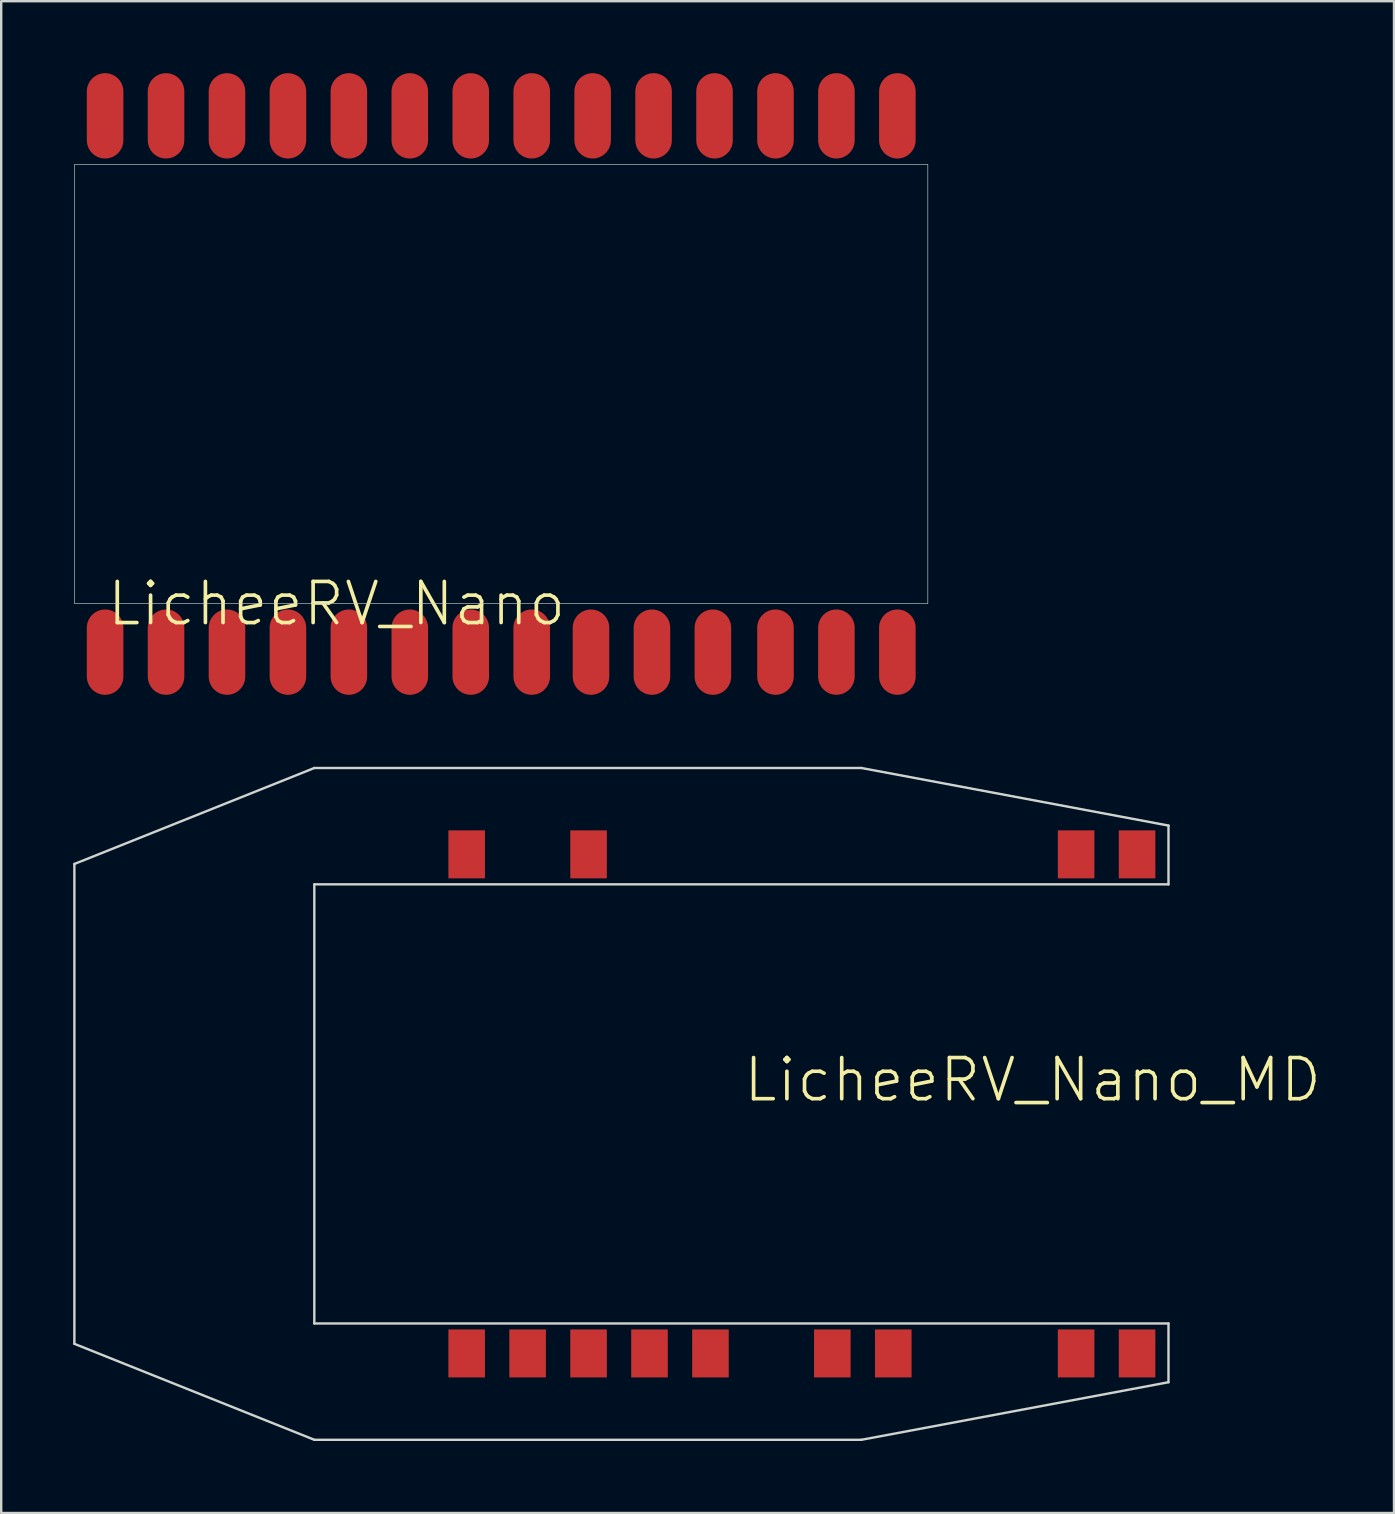
<source format=kicad_pcb>
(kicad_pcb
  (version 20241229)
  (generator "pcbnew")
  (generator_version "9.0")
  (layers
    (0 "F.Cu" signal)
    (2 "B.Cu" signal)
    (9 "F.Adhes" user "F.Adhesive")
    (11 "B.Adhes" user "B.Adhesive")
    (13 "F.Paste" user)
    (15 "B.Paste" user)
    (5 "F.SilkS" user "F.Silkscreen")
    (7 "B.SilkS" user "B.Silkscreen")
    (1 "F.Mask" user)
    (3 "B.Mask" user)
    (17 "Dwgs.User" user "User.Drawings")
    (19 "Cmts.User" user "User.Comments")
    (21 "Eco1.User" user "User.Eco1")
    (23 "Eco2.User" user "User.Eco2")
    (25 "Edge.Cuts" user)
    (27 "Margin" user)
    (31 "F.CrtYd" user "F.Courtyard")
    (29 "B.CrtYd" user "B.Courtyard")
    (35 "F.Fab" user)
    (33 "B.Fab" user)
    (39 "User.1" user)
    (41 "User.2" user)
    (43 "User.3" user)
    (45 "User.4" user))
  (footprint "LicheeRV_Nano"
    (layer "F.Cu")
    (at 1.33 23.114)
    (property "Reference" "LicheeRV_Nano" (at 0 0 0) (unlocked yes) (layer "F.SilkS") (effects (font (size 1.714 1.714) (thickness 0.152)) (justify left bottom)))
    (fp_line (start -1.27 -19.304) (end 34.29 -19.304) (stroke (width 0.025) (type solid)) (layer "Edge.Cuts"))
    (fp_line (start -1.27 -1.016) (end -1.27 -19.304) (stroke (width 0.025) (type solid)) (layer "Edge.Cuts"))
    (fp_line (start -1.27 -1.016) (end 34.29 -1.016) (stroke (width 0.025) (type solid)) (layer "Edge.Cuts"))
    (fp_line (start 34.29 -1.016) (end 34.29 -19.304) (stroke (width 0.025) (type solid)) (layer "Edge.Cuts"))
    (fp_line (start -0.916 -18.435) (end 14.898 -18.435) (stroke (width 0.15) (type solid)) (layer "User.6"))
    (fp_line (start -0.916 -1.885) (end -0.916 -18.435) (stroke (width 0.15) (type solid)) (layer "User.6"))
    (fp_line (start -0.916 -1.885) (end 14.898 -1.885) (stroke (width 0.15) (type solid)) (layer "User.6"))
    (fp_line (start 14.898 -1.885) (end 14.898 -18.435) (stroke (width 0.15) (type solid)) (layer "User.6"))
    (fp_line (start 18.982 -18.46) (end 21.807 -18.46) (stroke (width 0.15) (type solid)) (layer "User.6"))
    (fp_line (start 18.982 -1.86) (end 18.982 -18.46) (stroke (width 0.15) (type solid)) (layer "User.6"))
    (fp_line (start 18.982 -1.86) (end 21.807 -1.86) (stroke (width 0.15) (type solid)) (layer "User.6"))
    (fp_line (start 21.807 -1.86) (end 21.807 -18.46) (stroke (width 0.15) (type solid)) (layer "User.6"))
    (fp_line (start 27.661 -14.66) (end 35.28 -14.66) (stroke (width 0.2) (type solid)) (layer "User.6"))
    (fp_line (start 27.661 -5.677) (end 27.661 -14.66) (stroke (width 0.2) (type solid)) (layer "User.6"))
    (fp_line (start 27.661 -5.677) (end 35.28 -5.677) (stroke (width 0.2) (type solid)) (layer "User.6"))
    (fp_line (start 28.075 -18.41) (end 32.275 -18.41) (stroke (width 0.15) (type solid)) (layer "User.6"))
    (fp_line (start 28.075 -15.118) (end 28.075 -18.41) (stroke (width 0.15) (type solid)) (layer "User.6"))
    (fp_line (start 28.075 -15.118) (end 32.275 -15.118) (stroke (width 0.15) (type solid)) (layer "User.6"))
    (fp_line (start 28.075 -5.202) (end 32.275 -5.202) (stroke (width 0.15) (type solid)) (layer "User.6"))
    (fp_line (start 28.075 -1.91) (end 28.075 -5.202) (stroke (width 0.15) (type solid)) (layer "User.6"))
    (fp_line (start 28.075 -1.91) (end 32.275 -1.91) (stroke (width 0.15) (type solid)) (layer "User.6"))
    (fp_line (start 32.275 -15.118) (end 32.275 -18.41) (stroke (width 0.15) (type solid)) (layer "User.6"))
    (fp_line (start 32.275 -1.91) (end 32.275 -5.202) (stroke (width 0.15) (type solid)) (layer "User.6"))
    (fp_line (start 32.783 -18.41) (end 34.189 -18.41) (stroke (width 0.15) (type solid)) (layer "User.6"))
    (fp_line (start 32.783 -15.118) (end 32.783 -18.41) (stroke (width 0.15) (type solid)) (layer "User.6"))
    (fp_line (start 32.783 -15.118) (end 34.189 -15.118) (stroke (width 0.15) (type solid)) (layer "User.6"))
    (fp_line (start 32.783 -5.202) (end 34.189 -5.202) (stroke (width 0.15) (type solid)) (layer "User.6"))
    (fp_line (start 32.783 -1.91) (end 32.783 -5.202) (stroke (width 0.15) (type solid)) (layer "User.6"))
    (fp_line (start 32.783 -1.91) (end 34.189 -1.91) (stroke (width 0.15) (type solid)) (layer "User.6"))
    (fp_line (start 34.189 -15.118) (end 34.189 -18.41) (stroke (width 0.15) (type solid)) (layer "User.6"))
    (fp_line (start 34.189 -1.91) (end 34.189 -5.202) (stroke (width 0.12) (type solid)) (layer "User.6"))
    (fp_line (start 35.28 -5.677) (end 35.28 -14.66) (stroke (width 0.2) (type solid)) (layer "User.6"))
    (fp_line (start -1.27 0.635) (end -1.27 -20.955) (stroke (width 0.12) (type solid)) (layer "User.7"))
    (fp_line (start -0.635 -21.59) (end 33.655 -21.59) (stroke (width 0.12) (type solid)) (layer "User.7"))
    (fp_line (start 33.655 1.27) (end -0.635 1.27) (stroke (width 0.12) (type solid)) (layer "User.7"))
    (fp_line (start 34.29 -18.923) (end 34.29 -20.955) (stroke (width 0.12) (type solid)) (layer "User.7"))
    (fp_line (start 34.29 -18.923) (end 34.29 -1.397) (stroke (width 0.12) (type solid)) (layer "User.7"))
    (fp_line (start 34.29 0.635) (end 34.29 -1.397) (stroke (width 0.12) (type solid)) (layer "User.7"))
    (fp_arc (start -1.27 -20.955) (mid -1.084013 -21.404013) (end -0.635 -21.59) (stroke (width 0.12) (type solid)) (layer "User.7"))
    (fp_arc (start -0.635 1.27) (mid -1.084013 1.084013) (end -1.27 0.635) (stroke (width 0.12) (type solid)) (layer "User.7"))
    (fp_arc (start 33.655 -21.59) (mid 34.104013 -21.404013) (end 34.29 -20.955) (stroke (width 0.12) (type solid)) (layer "User.7"))
    (fp_arc (start 34.29 0.635) (mid 34.104013 1.084013) (end 33.655 1.27) (stroke (width 0.12) (type solid)) (layer "User.7"))
    (pad "1" smd oval (at 0 1.016) (size 1.524 3.556) (layers "F.Cu" "F.Mask" "F.Paste"))
    (pad "2" smd oval (at 2.54 1.016) (size 1.524 3.556) (layers "F.Cu" "F.Mask" "F.Paste"))
    (pad "3" smd oval (at 5.08 1.016) (size 1.524 3.556) (layers "F.Cu" "F.Mask" "F.Paste"))
    (pad "4" smd oval (at 7.62 1.016) (size 1.524 3.556) (layers "F.Cu" "F.Mask" "F.Paste"))
    (pad "5" smd oval (at 10.16 1.016) (size 1.524 3.556) (layers "F.Cu" "F.Mask" "F.Paste"))
    (pad "6" smd oval (at 12.7 1.016) (size 1.524 3.556) (layers "F.Cu" "F.Mask" "F.Paste"))
    (pad "7" smd oval (at 15.24 1.016) (size 1.524 3.556) (layers "F.Cu" "F.Mask" "F.Paste"))
    (pad "8" smd oval (at 17.78 1.016) (size 1.524 3.556) (layers "F.Cu" "F.Mask" "F.Paste"))
    (pad "9" smd oval (at 20.251 1.016) (size 1.524 3.556) (layers "F.Cu" "F.Mask" "F.Paste"))
    (pad "10" smd oval (at 22.791 1.016) (size 1.524 3.556) (layers "F.Cu" "F.Mask" "F.Paste"))
    (pad "11" smd oval (at 25.331 1.016) (size 1.524 3.556) (layers "F.Cu" "F.Mask" "F.Paste"))
    (pad "12" smd oval (at 27.94 1.016) (size 1.524 3.556) (layers "F.Cu" "F.Mask" "F.Paste"))
    (pad "13" smd oval (at 30.479 1.016) (size 1.524 3.556) (layers "F.Cu" "F.Mask" "F.Paste"))
    (pad "14" smd oval (at 33.02 1.016) (size 1.524 3.556) (layers "F.Cu" "F.Mask" "F.Paste"))
    (pad "15" smd oval (at 33.02 -21.336) (size 1.524 3.556) (layers "F.Cu" "F.Mask" "F.Paste"))
    (pad "16" smd oval (at 30.48 -21.336) (size 1.524 3.556) (layers "F.Cu" "F.Mask" "F.Paste"))
    (pad "17" smd oval (at 27.94 -21.336) (size 1.524 3.556) (layers "F.Cu" "F.Mask" "F.Paste"))
    (pad "18" smd oval (at 25.4 -21.336) (size 1.524 3.556) (layers "F.Cu" "F.Mask" "F.Paste"))
    (pad "19" smd oval (at 22.86 -21.336) (size 1.524 3.556) (layers "F.Cu" "F.Mask" "F.Paste"))
    (pad "20" smd oval (at 20.32 -21.336) (size 1.524 3.556) (layers "F.Cu" "F.Mask" "F.Paste"))
    (pad "21" smd oval (at 17.78 -21.336) (size 1.524 3.556) (layers "F.Cu" "F.Mask" "F.Paste"))
    (pad "22" smd oval (at 15.24 -21.336) (size 1.524 3.556) (layers "F.Cu" "F.Mask" "F.Paste"))
    (pad "23" smd oval (at 12.7 -21.336) (size 1.524 3.556) (layers "F.Cu" "F.Mask" "F.Paste"))
    (pad "24" smd oval (at 10.16 -21.336) (size 1.524 3.556) (layers "F.Cu" "F.Mask" "F.Paste"))
    (pad "25" smd oval (at 7.62 -21.336) (size 1.524 3.556) (layers "F.Cu" "F.Mask" "F.Paste"))
    (pad "26" smd oval (at 5.08 -21.336) (size 1.524 3.556) (layers "F.Cu" "F.Mask" "F.Paste"))
    (pad "27" smd oval (at 2.54 -21.336) (size 1.524 3.556) (layers "F.Cu" "F.Mask" "F.Paste"))
    (pad "28" smd oval (at 0 -21.336) (size 1.524 3.556) (layers "F.Cu" "F.Mask" "F.Paste")))
  (footprint "LicheeRV_Nano_MD"
    (layer "F.Cu")
    (at 27.85 42.958)
    (property "Reference" "LicheeRV_Nano_MD" (at 0 0 0) (unlocked yes) (layer "F.SilkS") (effects (font (size 1.714 1.714) (thickness 0.152)) (justify left bottom)))
    (fp_line (start -27.8 -10) (end -27.8 10) (stroke (width 0.1) (type solid)) (layer "Edge.Cuts"))
    (fp_line (start -17.8 -14) (end -27.8 -10) (stroke (width 0.1) (type default)) (layer "Edge.Cuts"))
    (fp_line (start -17.8 -9.15) (end -17.8 9.15) (stroke (width 0.1) (type default)) (layer "Edge.Cuts"))
    (fp_line (start -17.8 -9.15) (end 17.8 -9.15) (stroke (width 0.1) (type solid)) (layer "Edge.Cuts"))
    (fp_line (start -17.8 9.15) (end 17.8 9.15) (stroke (width 0.1) (type solid)) (layer "Edge.Cuts"))
    (fp_line (start -17.8 14) (end -27.8 10) (stroke (width 0.1) (type default)) (layer "Edge.Cuts"))
    (fp_line (start 5 -14) (end -17.8 -14) (stroke (width 0.1) (type solid)) (layer "Edge.Cuts"))
    (fp_line (start 5 -14) (end 17.8 -11.6) (stroke (width 0.1) (type default)) (layer "Edge.Cuts"))
    (fp_line (start 5 14) (end -17.8 14) (stroke (width 0.1) (type solid)) (layer "Edge.Cuts"))
    (fp_line (start 5 14) (end 17.8 11.6) (stroke (width 0.1) (type default)) (layer "Edge.Cuts"))
    (fp_line (start 17.8 -11.6) (end 17.8 -9.15) (stroke (width 0.1) (type default)) (layer "Edge.Cuts"))
    (fp_line (start 17.8 9.15) (end 17.8 11.6) (stroke (width 0.1) (type default)) (layer "Edge.Cuts"))
    (fp_line (start -17.8 11.15) (end -17.8 -11.15) (stroke (width 0.1) (type solid)) (layer "User.7"))
    (fp_line (start -17.5 -11.45) (end 17.5 -11.45) (stroke (width 0.1) (type default)) (layer "User.7"))
    (fp_line (start -17.5 11.45) (end 17.5 11.45) (stroke (width 0.1) (type default)) (layer "User.7"))
    (fp_arc (start -17.8 -11.15) (mid -17.712132 -11.362132) (end -17.5 -11.45) (stroke (width 0.1) (type default)) (layer "User.7"))
    (fp_arc (start -17.5 11.45) (mid -17.712132 11.362132) (end -17.8 11.15) (stroke (width 0.1) (type default)) (layer "User.7"))
    (pad "3" smd rect (at -11.45 10.4) (size 1.524 2) (layers "F.Cu" "F.Mask" "F.Paste"))
    (pad "4" smd rect (at -8.91 10.4) (size 1.524 2) (layers "F.Cu" "F.Mask" "F.Paste"))
    (pad "5" smd rect (at -6.37 10.4) (size 1.524 2) (layers "F.Cu" "F.Mask" "F.Paste"))
    (pad "6" smd rect (at -3.83 10.4) (size 1.524 2) (layers "F.Cu" "F.Mask" "F.Paste"))
    (pad "7" smd rect (at -1.29 10.4) (size 1.524 2) (layers "F.Cu" "F.Mask" "F.Paste"))
    (pad "9" smd rect (at 3.79 10.4) (size 1.524 2) (layers "F.Cu" "F.Mask" "F.Paste"))
    (pad "10" smd rect (at 6.33 10.4) (size 1.524 2) (layers "F.Cu" "F.Mask" "F.Paste"))
    (pad "13" smd rect (at 13.95 10.4) (size 1.524 2) (layers "F.Cu" "F.Mask" "F.Paste"))
    (pad "14" smd rect (at 16.49 10.4) (size 1.524 2) (layers "F.Cu" "F.Mask" "F.Paste"))
    (pad "15" smd rect (at 16.49 -10.4) (size 1.524 2) (layers "F.Cu" "F.Mask" "F.Paste"))
    (pad "16" smd rect (at 13.95 -10.4) (size 1.524 2) (layers "F.Cu" "F.Mask" "F.Paste"))
    (pad "24" smd rect (at -6.37 -10.4) (size 1.524 2) (layers "F.Cu" "F.Mask" "F.Paste"))
    (pad "26" smd rect (at -11.45 -10.4) (size 1.524 2) (layers "F.Cu" "F.Mask" "F.Paste")))
  (gr_rect
    (start -3 -3)
    (end 55.049 60.008)
    (stroke (width 0.1) (type default))
    (fill no)
    (layer "Edge.Cuts")))
</source>
